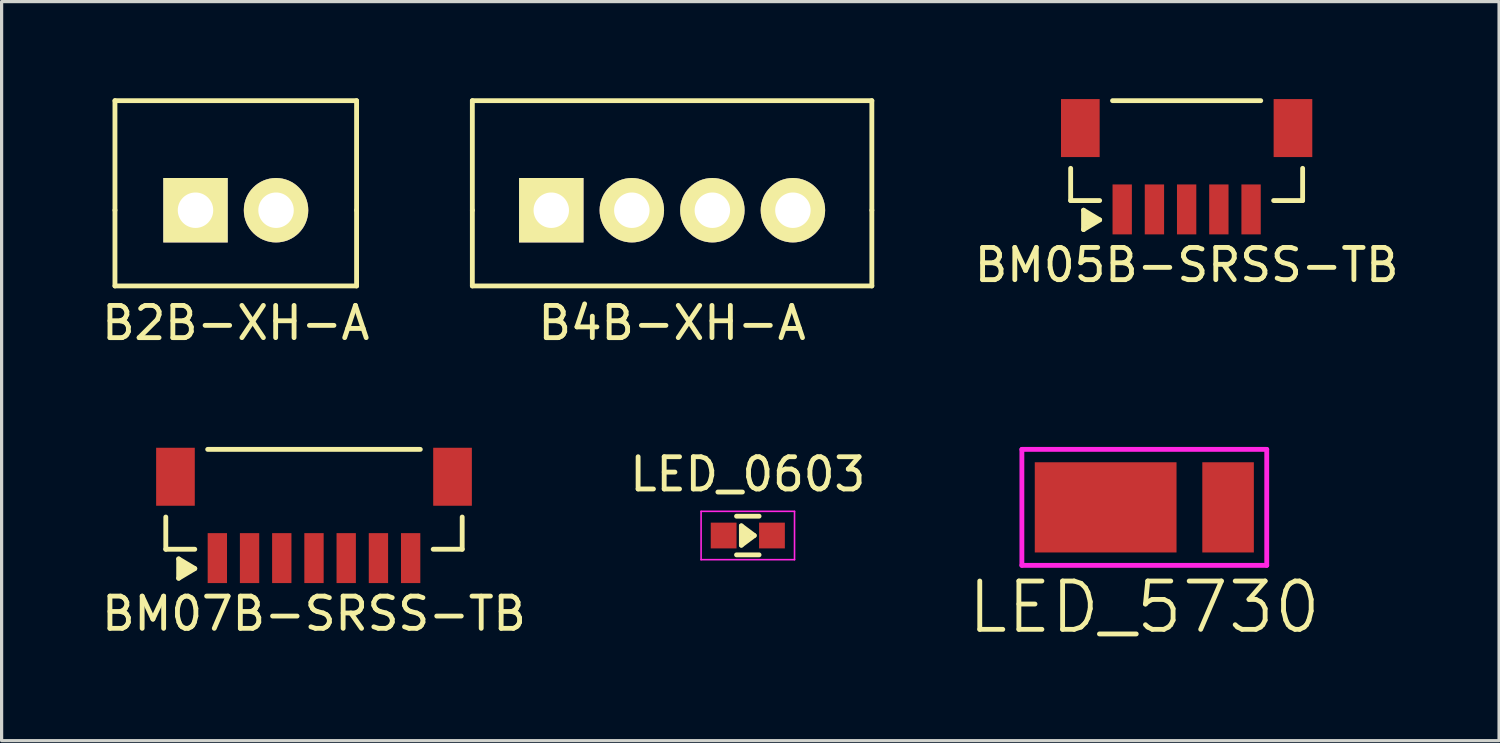
<source format=kicad_pcb>
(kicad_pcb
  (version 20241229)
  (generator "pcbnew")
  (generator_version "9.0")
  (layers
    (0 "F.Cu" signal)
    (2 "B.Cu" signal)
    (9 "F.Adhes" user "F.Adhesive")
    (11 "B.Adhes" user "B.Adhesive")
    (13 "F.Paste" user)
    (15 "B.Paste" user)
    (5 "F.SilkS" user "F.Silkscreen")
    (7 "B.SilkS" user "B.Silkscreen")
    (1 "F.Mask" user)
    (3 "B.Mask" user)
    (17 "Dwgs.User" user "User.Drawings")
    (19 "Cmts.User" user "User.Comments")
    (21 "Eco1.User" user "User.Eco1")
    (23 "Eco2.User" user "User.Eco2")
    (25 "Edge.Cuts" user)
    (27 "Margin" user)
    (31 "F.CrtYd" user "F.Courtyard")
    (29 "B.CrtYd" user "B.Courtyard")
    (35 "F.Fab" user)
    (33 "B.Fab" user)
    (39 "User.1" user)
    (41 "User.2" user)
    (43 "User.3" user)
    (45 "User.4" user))
  (footprint "BM07B-SRSS-TB"
    (layer "F.Cu")
    (at 6.696 11.648)
    (property "Reference" "BM07B-SRSS-TB" (at 0 4.35 180) (layer "F.SilkS") (effects (font (size 1 1) (thickness 0.15))))
    (attr smd)
    (fp_line (start -4.6 2.35) (end -4.6 1.35) (stroke (width 0.15) (type solid)) (layer "F.SilkS"))
    (fp_line (start -4.6 2.35) (end -3.7 2.35) (stroke (width 0.15) (type solid)) (layer "F.SilkS"))
    (fp_line (start -4.2 2.65) (end -4.2 3.25) (stroke (width 0.15) (type solid)) (layer "F.SilkS"))
    (fp_line (start -4.2 2.65) (end -3.7 2.95) (stroke (width 0.15) (type solid)) (layer "F.SilkS"))
    (fp_line (start -4.1 2.75) (end -4.1 3.05) (stroke (width 0.15) (type solid)) (layer "F.SilkS"))
    (fp_line (start -4 2.85) (end -4 3.05) (stroke (width 0.15) (type solid)) (layer "F.SilkS"))
    (fp_line (start -3.9 2.85) (end -3.9 3.05) (stroke (width 0.15) (type solid)) (layer "F.SilkS"))
    (fp_line (start -3.7 2.95) (end -4.2 3.25) (stroke (width 0.15) (type solid)) (layer "F.SilkS"))
    (fp_line (start -3.3 -0.75) (end 3.3 -0.75) (stroke (width 0.15) (type solid)) (layer "F.SilkS"))
    (fp_line (start 3.7 2.35) (end 4.6 2.35) (stroke (width 0.15) (type solid)) (layer "F.SilkS"))
    (fp_line (start 4.6 2.35) (end 4.6 1.35) (stroke (width 0.15) (type solid)) (layer "F.SilkS"))
    (pad "" smd rect (at -4.3 0.1) (size 1.2 1.8) (layers "F.Cu" "F.Mask" "F.Paste"))
    (pad "" smd rect (at 4.3 0.1) (size 1.2 1.8) (layers "F.Cu" "F.Mask" "F.Paste"))
    (pad "1" smd rect (at -3 2.625) (size 0.6 1.55) (layers "F.Cu" "F.Mask" "F.Paste"))
    (pad "2" smd rect (at -2 2.625) (size 0.6 1.55) (layers "F.Cu" "F.Mask" "F.Paste"))
    (pad "3" smd rect (at -1 2.625) (size 0.6 1.55) (layers "F.Cu" "F.Mask" "F.Paste"))
    (pad "4" smd rect (at 0 2.625) (size 0.6 1.55) (layers "F.Cu" "F.Mask" "F.Paste"))
    (pad "5" smd rect (at 1 2.625) (size 0.6 1.55) (layers "F.Cu" "F.Mask" "F.Paste"))
    (pad "6" smd rect (at 2 2.625) (size 0.6 1.55) (layers "F.Cu" "F.Mask" "F.Paste"))
    (pad "7" smd rect (at 3 2.625) (size 0.6 1.55) (layers "F.Cu" "F.Mask" "F.Paste")))
  (footprint "LED_5730"
    (layer "F.Cu")
    (at 32.468 12.698)
    (property "Reference" "LED_5730" (at 0 3.1 0) (layer "F.SilkS") (effects (font (size 1.5 1.5) (thickness 0.15))))
    (attr smd)
    (fp_line (start -3.8 -1.8) (end 3.8 -1.8) (stroke (width 0.15) (type solid)) (layer "F.CrtYd"))
    (fp_line (start -3.8 1.8) (end -3.8 -1.8) (stroke (width 0.15) (type solid)) (layer "F.CrtYd"))
    (fp_line (start 3.8 -1.8) (end 3.8 1.8) (stroke (width 0.15) (type solid)) (layer "F.CrtYd"))
    (fp_line (start 3.8 1.8) (end -3.8 1.8) (stroke (width 0.15) (type solid)) (layer "F.CrtYd"))
    (pad "1" smd rect (at 2.6 0) (size 1.6 2.8) (layers "F.Cu" "F.Mask" "F.Paste"))
    (pad "2" smd rect (at -1.2 0) (size 4.4 2.8) (layers "F.Cu" "F.Mask" "F.Paste")))
  (footprint "B4B-XH-A"
    (layer "F.Cu")
    (at 17.811 3.475)
    (property "Reference" "B4B-XH-A" (at 0 3.5 0) (layer "F.SilkS") (effects (font (size 1 1) (thickness 0.15))))
    (attr through_hole)
    (fp_line (start -6.2 -3.4) (end 6.2 -3.4) (stroke (width 0.15) (type solid)) (layer "F.SilkS"))
    (fp_line (start -6.2 0) (end -6.2 -3.4) (stroke (width 0.15) (type solid)) (layer "F.SilkS"))
    (fp_line (start -6.2 0) (end -6.2 2.35) (stroke (width 0.15) (type solid)) (layer "F.SilkS"))
    (fp_line (start -6.2 2.35) (end 6.2 2.35) (stroke (width 0.15) (type solid)) (layer "F.SilkS"))
    (fp_line (start 6.2 -3.4) (end 6.2 0) (stroke (width 0.15) (type solid)) (layer "F.SilkS"))
    (fp_line (start 6.2 0) (end 6.2 2.35) (stroke (width 0.15) (type solid)) (layer "F.SilkS"))
    (pad "1" thru_hole rect (at -3.75 0) (size 2 2) (drill 1.1) (layers "*.Cu" "*.Mask" "F.SilkS"))
    (pad "2" thru_hole circle (at -1.25 0) (size 2 2) (drill 1.1) (layers "*.Cu" "*.Mask" "F.SilkS"))
    (pad "3" thru_hole circle (at 1.25 0) (size 2 2) (drill 1.1) (layers "*.Cu" "*.Mask" "F.SilkS"))
    (pad "4" thru_hole circle (at 3.75 0) (size 2 2) (drill 1.1) (layers "*.Cu" "*.Mask" "F.SilkS")))
  (footprint "B2B-XH-A"
    (layer "F.Cu")
    (at 4.268 3.475)
    (property "Reference" "B2B-XH-A" (at 0 3.5 0) (layer "F.SilkS") (effects (font (size 1 1) (thickness 0.15))))
    (attr through_hole)
    (fp_line (start -3.75 -3.4) (end 3.75 -3.4) (stroke (width 0.15) (type solid)) (layer "F.SilkS"))
    (fp_line (start -3.75 0) (end -3.75 -3.4) (stroke (width 0.15) (type solid)) (layer "F.SilkS"))
    (fp_line (start -3.75 0) (end -3.75 2.35) (stroke (width 0.15) (type solid)) (layer "F.SilkS"))
    (fp_line (start -3.75 2.35) (end 3.75 2.35) (stroke (width 0.15) (type solid)) (layer "F.SilkS"))
    (fp_line (start 3.75 -3.4) (end 3.75 0) (stroke (width 0.15) (type solid)) (layer "F.SilkS"))
    (fp_line (start 3.75 0) (end 3.75 2.35) (stroke (width 0.15) (type solid)) (layer "F.SilkS"))
    (pad "1" thru_hole rect (at -1.25 0) (size 2 2) (drill 1.1) (layers "*.Cu" "*.Mask" "F.SilkS"))
    (pad "2" thru_hole circle (at 1.25 0) (size 2 2) (drill 1.1) (layers "*.Cu" "*.Mask" "F.SilkS")))
  (footprint "BM05B-SRSS-TB"
    (layer "F.Cu")
    (at 33.782 0.825)
    (property "Reference" "BM05B-SRSS-TB" (at 0 4.35 180) (layer "F.SilkS") (effects (font (size 1 1) (thickness 0.15))))
    (attr smd)
    (fp_line (start -3.6 2.35) (end -3.6 1.35) (stroke (width 0.15) (type solid)) (layer "F.SilkS"))
    (fp_line (start -3.6 2.35) (end -2.7 2.35) (stroke (width 0.15) (type solid)) (layer "F.SilkS"))
    (fp_line (start -3.2 2.65) (end -3.2 3.25) (stroke (width 0.15) (type solid)) (layer "F.SilkS"))
    (fp_line (start -3.2 2.65) (end -2.7 2.95) (stroke (width 0.15) (type solid)) (layer "F.SilkS"))
    (fp_line (start -3.1 2.75) (end -3.1 3.05) (stroke (width 0.15) (type solid)) (layer "F.SilkS"))
    (fp_line (start -3 2.85) (end -3 3.05) (stroke (width 0.15) (type solid)) (layer "F.SilkS"))
    (fp_line (start -2.9 2.85) (end -2.9 3.05) (stroke (width 0.15) (type solid)) (layer "F.SilkS"))
    (fp_line (start -2.7 2.95) (end -3.2 3.25) (stroke (width 0.15) (type solid)) (layer "F.SilkS"))
    (fp_line (start -2.3 -0.75) (end 2.3 -0.75) (stroke (width 0.15) (type solid)) (layer "F.SilkS"))
    (fp_line (start 2.7 2.35) (end 3.6 2.35) (stroke (width 0.15) (type solid)) (layer "F.SilkS"))
    (fp_line (start 3.6 2.35) (end 3.6 1.35) (stroke (width 0.15) (type solid)) (layer "F.SilkS"))
    (pad "" smd rect (at -3.3 0.1) (size 1.2 1.8) (layers "F.Cu" "F.Mask" "F.Paste"))
    (pad "" smd rect (at 3.3 0.1) (size 1.2 1.8) (layers "F.Cu" "F.Mask" "F.Paste"))
    (pad "1" smd rect (at -2 2.625) (size 0.6 1.55) (layers "F.Cu" "F.Mask" "F.Paste"))
    (pad "2" smd rect (at -1 2.625) (size 0.6 1.55) (layers "F.Cu" "F.Mask" "F.Paste"))
    (pad "3" smd rect (at 0 2.625) (size 0.6 1.55) (layers "F.Cu" "F.Mask" "F.Paste"))
    (pad "4" smd rect (at 1 2.625) (size 0.6 1.55) (layers "F.Cu" "F.Mask" "F.Paste"))
    (pad "5" smd rect (at 2 2.625) (size 0.6 1.55) (layers "F.Cu" "F.Mask" "F.Paste")))
  (footprint "LED_0603"
    (layer "F.Cu")
    (at 20.161 13.572)
    (property "Reference" "LED_0603" (at 0 -1.9 0) (layer "F.SilkS") (effects (font (size 1 1) (thickness 0.15))))
    (attr smd)
    (fp_line (start -0.35 -0.6) (end 0.35 -0.6) (stroke (width 0.15) (type solid)) (layer "F.SilkS"))
    (fp_line (start -0.2 -0.3) (end -0.2 0.3) (stroke (width 0.15) (type solid)) (layer "F.SilkS"))
    (fp_line (start -0.2 -0.3) (end 0.2 0) (stroke (width 0.15) (type solid)) (layer "F.SilkS"))
    (fp_line (start -0.2 0.3) (end 0.2 0) (stroke (width 0.15) (type solid)) (layer "F.SilkS"))
    (fp_line (start -0.1 0.2) (end -0.1 -0.2) (stroke (width 0.15) (type solid)) (layer "F.SilkS"))
    (fp_line (start 0 -0.1) (end 0 0.1) (stroke (width 0.15) (type solid)) (layer "F.SilkS"))
    (fp_line (start 0.35 0.6) (end -0.35 0.6) (stroke (width 0.15) (type solid)) (layer "F.SilkS"))
    (fp_line (start -1.45 -0.75) (end -1.45 0.75) (stroke (width 0.05) (type solid)) (layer "F.CrtYd"))
    (fp_line (start -1.45 -0.75) (end 1.45 -0.75) (stroke (width 0.05) (type solid)) (layer "F.CrtYd"))
    (fp_line (start -1.45 0.75) (end 1.45 0.75) (stroke (width 0.05) (type solid)) (layer "F.CrtYd"))
    (fp_line (start 1.45 -0.75) (end 1.45 0.75) (stroke (width 0.05) (type solid)) (layer "F.CrtYd"))
    (pad "1" smd rect (at 0.75 0) (size 0.8 0.8) (layers "F.Cu" "F.Mask" "F.Paste"))
    (pad "2" smd rect (at -0.75 0) (size 0.8 0.8) (layers "F.Cu" "F.Mask" "F.Paste")))
  (gr_rect
    (start -3 -3)
    (end 43.479 19.939)
    (stroke (width 0.1) (type default))
    (fill no)
    (layer "Edge.Cuts")))
</source>
